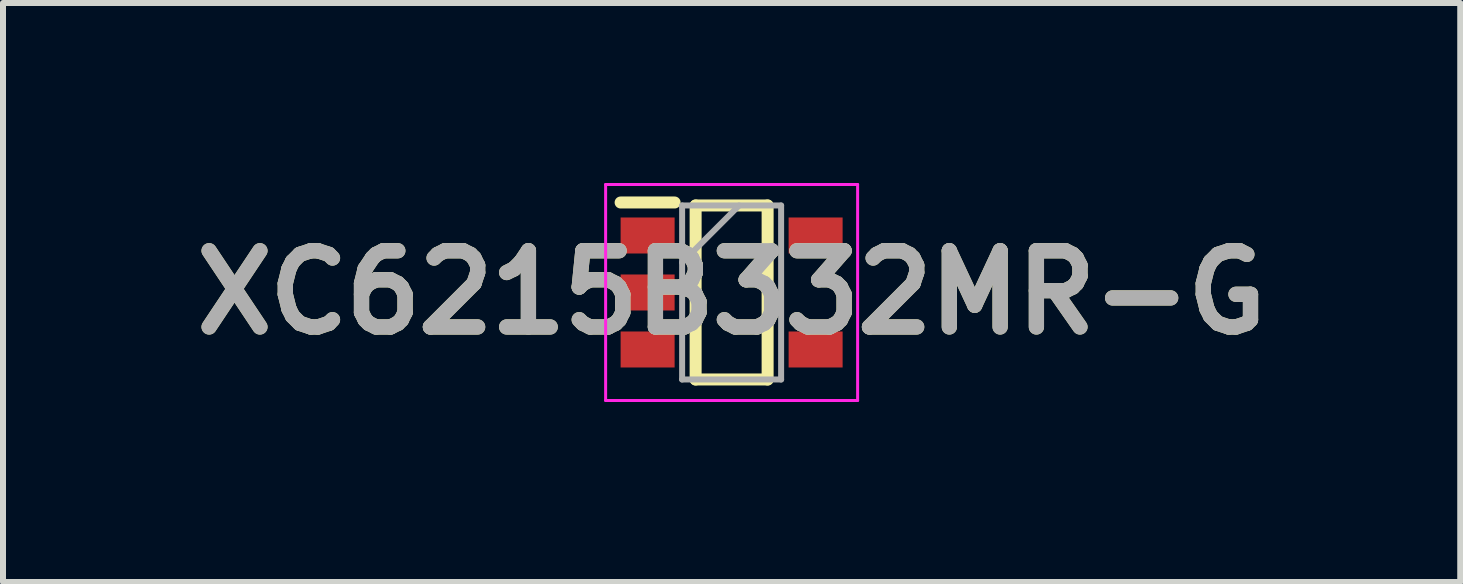
<source format=kicad_pcb>
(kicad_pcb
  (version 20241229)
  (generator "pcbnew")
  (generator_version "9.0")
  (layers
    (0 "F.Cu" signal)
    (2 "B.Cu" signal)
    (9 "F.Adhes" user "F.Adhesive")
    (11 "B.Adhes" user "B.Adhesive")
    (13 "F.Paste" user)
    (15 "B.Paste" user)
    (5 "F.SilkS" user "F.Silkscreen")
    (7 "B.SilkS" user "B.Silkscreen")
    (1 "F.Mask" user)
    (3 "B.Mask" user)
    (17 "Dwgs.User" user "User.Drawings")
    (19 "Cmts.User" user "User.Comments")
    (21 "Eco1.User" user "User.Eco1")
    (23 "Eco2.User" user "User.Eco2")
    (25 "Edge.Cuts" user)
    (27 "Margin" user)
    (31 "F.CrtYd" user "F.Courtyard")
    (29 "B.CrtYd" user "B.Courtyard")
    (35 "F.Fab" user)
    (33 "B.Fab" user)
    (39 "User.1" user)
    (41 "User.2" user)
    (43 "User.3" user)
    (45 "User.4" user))
  (footprint "XC6215B332MR-G"
    (layer "F.Cu")
    (at 9.144 1.825)
    (property "Reference" "XC6215B332MR-G" (at 0 0 0) (layer "F.SilkS") (effects (font (size 1.27 1.27) (thickness 0.254))))
    (attr smd)
    (fp_line (start -1.85 -1.5) (end -0.95 -1.5) (stroke (width 0.2) (type solid)) (layer "F.SilkS"))
    (fp_line (start -0.6 -1.45) (end 0.6 -1.45) (stroke (width 0.2) (type solid)) (layer "F.SilkS"))
    (fp_line (start -0.6 1.45) (end -0.6 -1.45) (stroke (width 0.2) (type solid)) (layer "F.SilkS"))
    (fp_line (start 0.6 -1.45) (end 0.6 1.45) (stroke (width 0.2) (type solid)) (layer "F.SilkS"))
    (fp_line (start 0.6 1.45) (end -0.6 1.45) (stroke (width 0.2) (type solid)) (layer "F.SilkS"))
    (fp_line (start -2.1 -1.8) (end 2.1 -1.8) (stroke (width 0.05) (type solid)) (layer "F.CrtYd"))
    (fp_line (start -2.1 1.8) (end -2.1 -1.8) (stroke (width 0.05) (type solid)) (layer "F.CrtYd"))
    (fp_line (start 2.1 -1.8) (end 2.1 1.8) (stroke (width 0.05) (type solid)) (layer "F.CrtYd"))
    (fp_line (start 2.1 1.8) (end -2.1 1.8) (stroke (width 0.05) (type solid)) (layer "F.CrtYd"))
    (fp_line (start -0.825 -1.45) (end 0.825 -1.45) (stroke (width 0.1) (type solid)) (layer "F.Fab"))
    (fp_line (start -0.825 -0.5) (end 0.125 -1.45) (stroke (width 0.1) (type solid)) (layer "F.Fab"))
    (fp_line (start -0.825 1.45) (end -0.825 -1.45) (stroke (width 0.1) (type solid)) (layer "F.Fab"))
    (fp_line (start 0.825 -1.45) (end 0.825 1.45) (stroke (width 0.1) (type solid)) (layer "F.Fab"))
    (fp_line (start 0.825 1.45) (end -0.825 1.45) (stroke (width 0.1) (type solid)) (layer "F.Fab"))
    (fp_text user "${REFERENCE}" (at 0 0 0) (layer "F.Fab") (effects (font (size 1.27 1.27) (thickness 0.254))))
    (pad "1" smd rect (at -1.4 -0.95 90) (size 0.6 0.9) (layers "F.Cu" "F.Mask" "F.Paste"))
    (pad "2" smd rect (at -1.4 0 90) (size 0.6 0.9) (layers "F.Cu" "F.Mask" "F.Paste"))
    (pad "3" smd rect (at -1.4 0.95 90) (size 0.6 0.9) (layers "F.Cu" "F.Mask" "F.Paste"))
    (pad "4" smd rect (at 1.4 0.95 90) (size 0.6 0.9) (layers "F.Cu" "F.Mask" "F.Paste"))
    (pad "5" smd rect (at 1.4 -0.95 90) (size 0.6 0.9) (layers "F.Cu" "F.Mask" "F.Paste")))
  (gr_rect
    (start -3 -3)
    (end 21.288 6.65)
    (stroke (width 0.1) (type default))
    (fill no)
    (layer "Edge.Cuts")))
</source>
